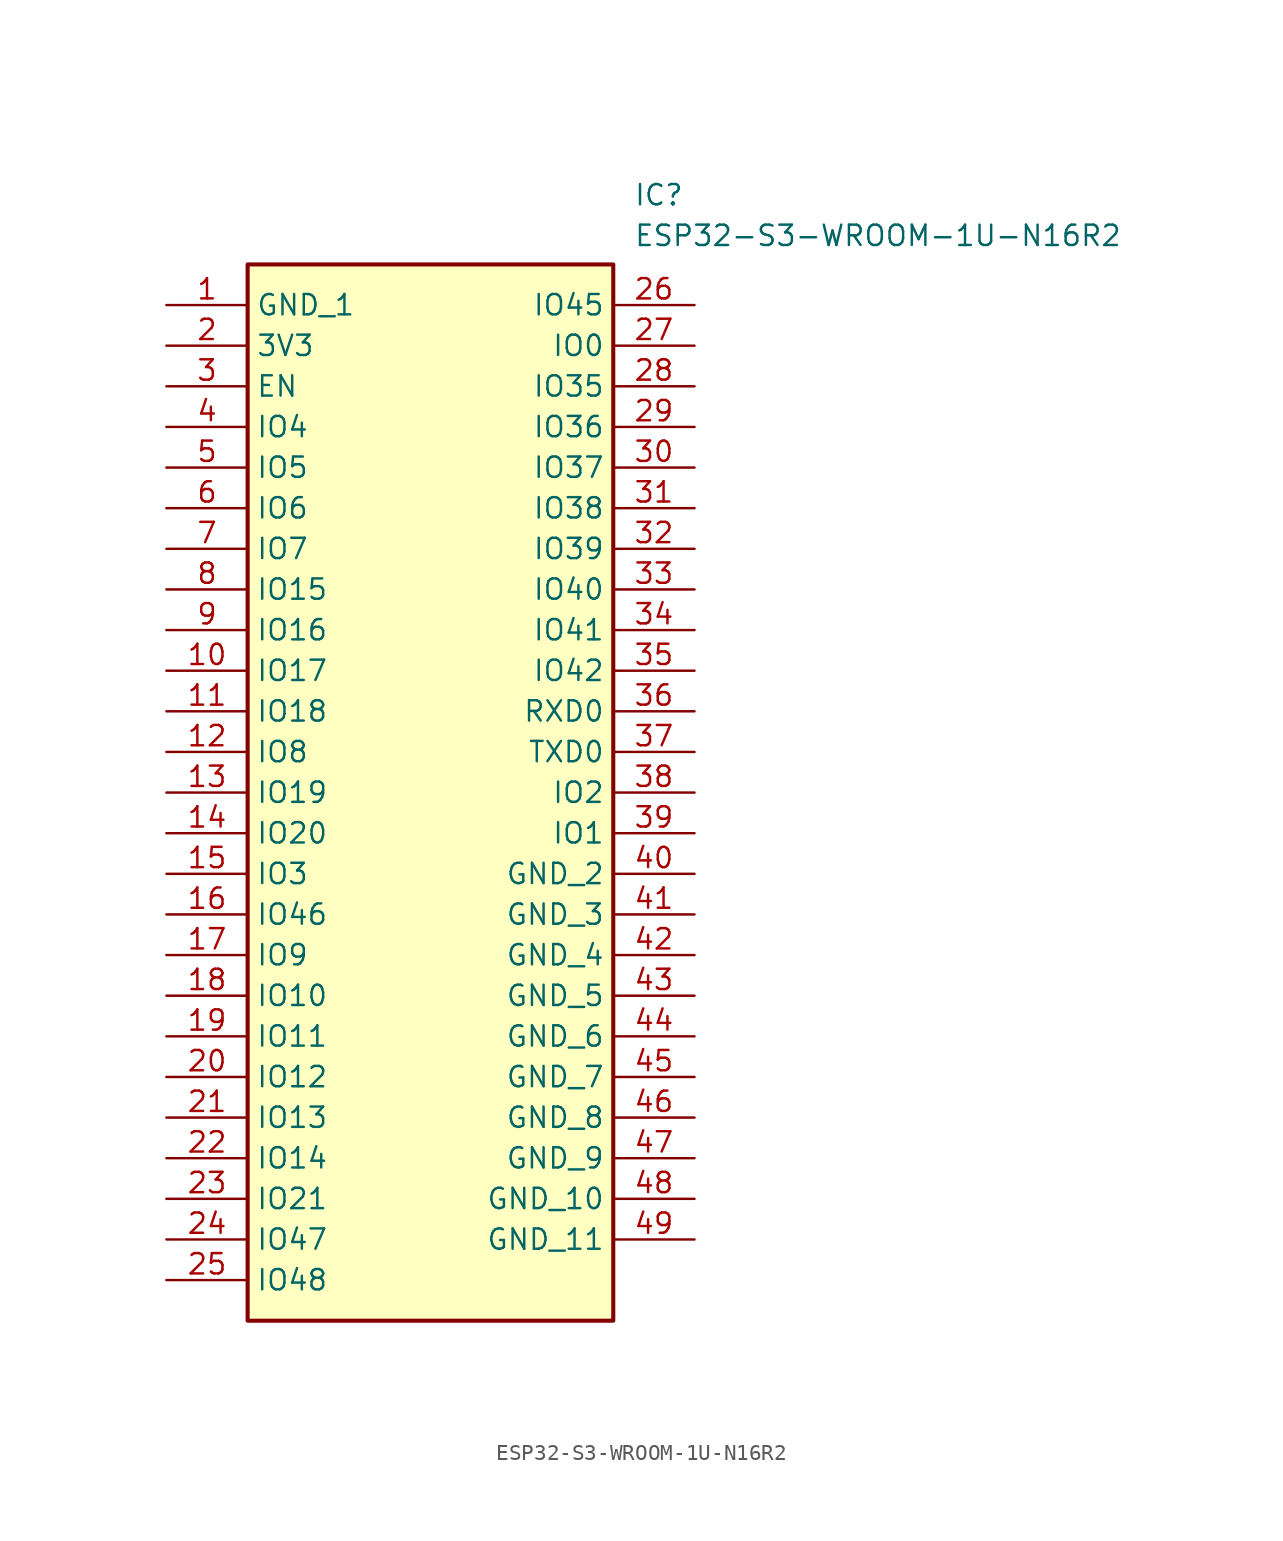
<source format=kicad_sym>
(kicad_symbol_lib
  (version 20211014)
  (generator SamacSys_ECAD_Model)
  (symbol "ESP32-S3-WROOM-1U-N16R2"
    (property "Reference" "IC"
      (at 29.21 7.62 0)
      (effects (font (size 1.27 1.27)) (justify left top)))
    (property "Value" "ESP32-S3-WROOM-1U-N16R2"
      (at 29.21 5.08 0)
      (effects (font (size 1.27 1.27)) (justify left top)))
    (rectangle
      (start 5.08 2.54)
      (end 27.94 -63.5)
      (stroke (width 0.254) (type default))
      (fill (type background)))
    (pin passive line
      (at 0 0 0)
      (length 5.08)
      (name "GND_1" (effects (font (size 1.27 1.27))))
      (number "1" (effects (font (size 1.27 1.27)))))
    (pin passive line
      (at 0 -2.54 0)
      (length 5.08)
      (name "3V3" (effects (font (size 1.27 1.27))))
      (number "2" (effects (font (size 1.27 1.27)))))
    (pin passive line
      (at 0 -5.08 0)
      (length 5.08)
      (name "EN" (effects (font (size 1.27 1.27))))
      (number "3" (effects (font (size 1.27 1.27)))))
    (pin passive line
      (at 0 -7.62 0)
      (length 5.08)
      (name "IO4" (effects (font (size 1.27 1.27))))
      (number "4" (effects (font (size 1.27 1.27)))))
    (pin passive line
      (at 0 -10.16 0)
      (length 5.08)
      (name "IO5" (effects (font (size 1.27 1.27))))
      (number "5" (effects (font (size 1.27 1.27)))))
    (pin passive line
      (at 0 -12.7 0)
      (length 5.08)
      (name "IO6" (effects (font (size 1.27 1.27))))
      (number "6" (effects (font (size 1.27 1.27)))))
    (pin passive line
      (at 0 -15.24 0)
      (length 5.08)
      (name "IO7" (effects (font (size 1.27 1.27))))
      (number "7" (effects (font (size 1.27 1.27)))))
    (pin passive line
      (at 0 -17.78 0)
      (length 5.08)
      (name "IO15" (effects (font (size 1.27 1.27))))
      (number "8" (effects (font (size 1.27 1.27)))))
    (pin passive line
      (at 0 -20.32 0)
      (length 5.08)
      (name "IO16" (effects (font (size 1.27 1.27))))
      (number "9" (effects (font (size 1.27 1.27)))))
    (pin passive line
      (at 0 -22.86 0)
      (length 5.08)
      (name "IO17" (effects (font (size 1.27 1.27))))
      (number "10" (effects (font (size 1.27 1.27)))))
    (pin passive line
      (at 0 -25.4 0)
      (length 5.08)
      (name "IO18" (effects (font (size 1.27 1.27))))
      (number "11" (effects (font (size 1.27 1.27)))))
    (pin passive line
      (at 0 -27.94 0)
      (length 5.08)
      (name "IO8" (effects (font (size 1.27 1.27))))
      (number "12" (effects (font (size 1.27 1.27)))))
    (pin passive line
      (at 0 -30.48 0)
      (length 5.08)
      (name "IO19" (effects (font (size 1.27 1.27))))
      (number "13" (effects (font (size 1.27 1.27)))))
    (pin passive line
      (at 0 -33.02 0)
      (length 5.08)
      (name "IO20" (effects (font (size 1.27 1.27))))
      (number "14" (effects (font (size 1.27 1.27)))))
    (pin passive line
      (at 0 -35.56 0)
      (length 5.08)
      (name "IO3" (effects (font (size 1.27 1.27))))
      (number "15" (effects (font (size 1.27 1.27)))))
    (pin passive line
      (at 0 -38.1 0)
      (length 5.08)
      (name "IO46" (effects (font (size 1.27 1.27))))
      (number "16" (effects (font (size 1.27 1.27)))))
    (pin passive line
      (at 0 -40.64 0)
      (length 5.08)
      (name "IO9" (effects (font (size 1.27 1.27))))
      (number "17" (effects (font (size 1.27 1.27)))))
    (pin passive line
      (at 0 -43.18 0)
      (length 5.08)
      (name "IO10" (effects (font (size 1.27 1.27))))
      (number "18" (effects (font (size 1.27 1.27)))))
    (pin passive line
      (at 0 -45.72 0)
      (length 5.08)
      (name "IO11" (effects (font (size 1.27 1.27))))
      (number "19" (effects (font (size 1.27 1.27)))))
    (pin passive line
      (at 0 -48.26 0)
      (length 5.08)
      (name "IO12" (effects (font (size 1.27 1.27))))
      (number "20" (effects (font (size 1.27 1.27)))))
    (pin passive line
      (at 0 -50.8 0)
      (length 5.08)
      (name "IO13" (effects (font (size 1.27 1.27))))
      (number "21" (effects (font (size 1.27 1.27)))))
    (pin passive line
      (at 0 -53.34 0)
      (length 5.08)
      (name "IO14" (effects (font (size 1.27 1.27))))
      (number "22" (effects (font (size 1.27 1.27)))))
    (pin passive line
      (at 0 -55.88 0)
      (length 5.08)
      (name "IO21" (effects (font (size 1.27 1.27))))
      (number "23" (effects (font (size 1.27 1.27)))))
    (pin passive line
      (at 0 -58.42 0)
      (length 5.08)
      (name "IO47" (effects (font (size 1.27 1.27))))
      (number "24" (effects (font (size 1.27 1.27)))))
    (pin passive line
      (at 0 -60.96 0)
      (length 5.08)
      (name "IO48" (effects (font (size 1.27 1.27))))
      (number "25" (effects (font (size 1.27 1.27)))))
    (pin passive line
      (at 33.02 0 180)
      (length 5.08)
      (name "IO45" (effects (font (size 1.27 1.27))))
      (number "26" (effects (font (size 1.27 1.27)))))
    (pin passive line
      (at 33.02 -2.54 180)
      (length 5.08)
      (name "IO0" (effects (font (size 1.27 1.27))))
      (number "27" (effects (font (size 1.27 1.27)))))
    (pin passive line
      (at 33.02 -5.08 180)
      (length 5.08)
      (name "IO35" (effects (font (size 1.27 1.27))))
      (number "28" (effects (font (size 1.27 1.27)))))
    (pin passive line
      (at 33.02 -7.62 180)
      (length 5.08)
      (name "IO36" (effects (font (size 1.27 1.27))))
      (number "29" (effects (font (size 1.27 1.27)))))
    (pin passive line
      (at 33.02 -10.16 180)
      (length 5.08)
      (name "IO37" (effects (font (size 1.27 1.27))))
      (number "30" (effects (font (size 1.27 1.27)))))
    (pin passive line
      (at 33.02 -12.7 180)
      (length 5.08)
      (name "IO38" (effects (font (size 1.27 1.27))))
      (number "31" (effects (font (size 1.27 1.27)))))
    (pin passive line
      (at 33.02 -15.24 180)
      (length 5.08)
      (name "IO39" (effects (font (size 1.27 1.27))))
      (number "32" (effects (font (size 1.27 1.27)))))
    (pin passive line
      (at 33.02 -17.78 180)
      (length 5.08)
      (name "IO40" (effects (font (size 1.27 1.27))))
      (number "33" (effects (font (size 1.27 1.27)))))
    (pin passive line
      (at 33.02 -20.32 180)
      (length 5.08)
      (name "IO41" (effects (font (size 1.27 1.27))))
      (number "34" (effects (font (size 1.27 1.27)))))
    (pin passive line
      (at 33.02 -22.86 180)
      (length 5.08)
      (name "IO42" (effects (font (size 1.27 1.27))))
      (number "35" (effects (font (size 1.27 1.27)))))
    (pin passive line
      (at 33.02 -25.4 180)
      (length 5.08)
      (name "RXD0" (effects (font (size 1.27 1.27))))
      (number "36" (effects (font (size 1.27 1.27)))))
    (pin passive line
      (at 33.02 -27.94 180)
      (length 5.08)
      (name "TXD0" (effects (font (size 1.27 1.27))))
      (number "37" (effects (font (size 1.27 1.27)))))
    (pin passive line
      (at 33.02 -30.48 180)
      (length 5.08)
      (name "IO2" (effects (font (size 1.27 1.27))))
      (number "38" (effects (font (size 1.27 1.27)))))
    (pin passive line
      (at 33.02 -33.02 180)
      (length 5.08)
      (name "IO1" (effects (font (size 1.27 1.27))))
      (number "39" (effects (font (size 1.27 1.27)))))
    (pin passive line
      (at 33.02 -35.56 180)
      (length 5.08)
      (name "GND_2" (effects (font (size 1.27 1.27))))
      (number "40" (effects (font (size 1.27 1.27)))))
    (pin passive line
      (at 33.02 -38.1 180)
      (length 5.08)
      (name "GND_3" (effects (font (size 1.27 1.27))))
      (number "41" (effects (font (size 1.27 1.27)))))
    (pin passive line
      (at 33.02 -40.64 180)
      (length 5.08)
      (name "GND_4" (effects (font (size 1.27 1.27))))
      (number "42" (effects (font (size 1.27 1.27)))))
    (pin passive line
      (at 33.02 -43.18 180)
      (length 5.08)
      (name "GND_5" (effects (font (size 1.27 1.27))))
      (number "43" (effects (font (size 1.27 1.27)))))
    (pin passive line
      (at 33.02 -45.72 180)
      (length 5.08)
      (name "GND_6" (effects (font (size 1.27 1.27))))
      (number "44" (effects (font (size 1.27 1.27)))))
    (pin passive line
      (at 33.02 -48.26 180)
      (length 5.08)
      (name "GND_7" (effects (font (size 1.27 1.27))))
      (number "45" (effects (font (size 1.27 1.27)))))
    (pin passive line
      (at 33.02 -50.8 180)
      (length 5.08)
      (name "GND_8" (effects (font (size 1.27 1.27))))
      (number "46" (effects (font (size 1.27 1.27)))))
    (pin passive line
      (at 33.02 -53.34 180)
      (length 5.08)
      (name "GND_9" (effects (font (size 1.27 1.27))))
      (number "47" (effects (font (size 1.27 1.27)))))
    (pin passive line
      (at 33.02 -55.88 180)
      (length 5.08)
      (name "GND_10" (effects (font (size 1.27 1.27))))
      (number "48" (effects (font (size 1.27 1.27)))))
    (pin passive line
      (at 33.02 -58.42 180)
      (length 5.08)
      (name "GND_11" (effects (font (size 1.27 1.27))))
      (number "49" (effects (font (size 1.27 1.27)))))))
</source>
